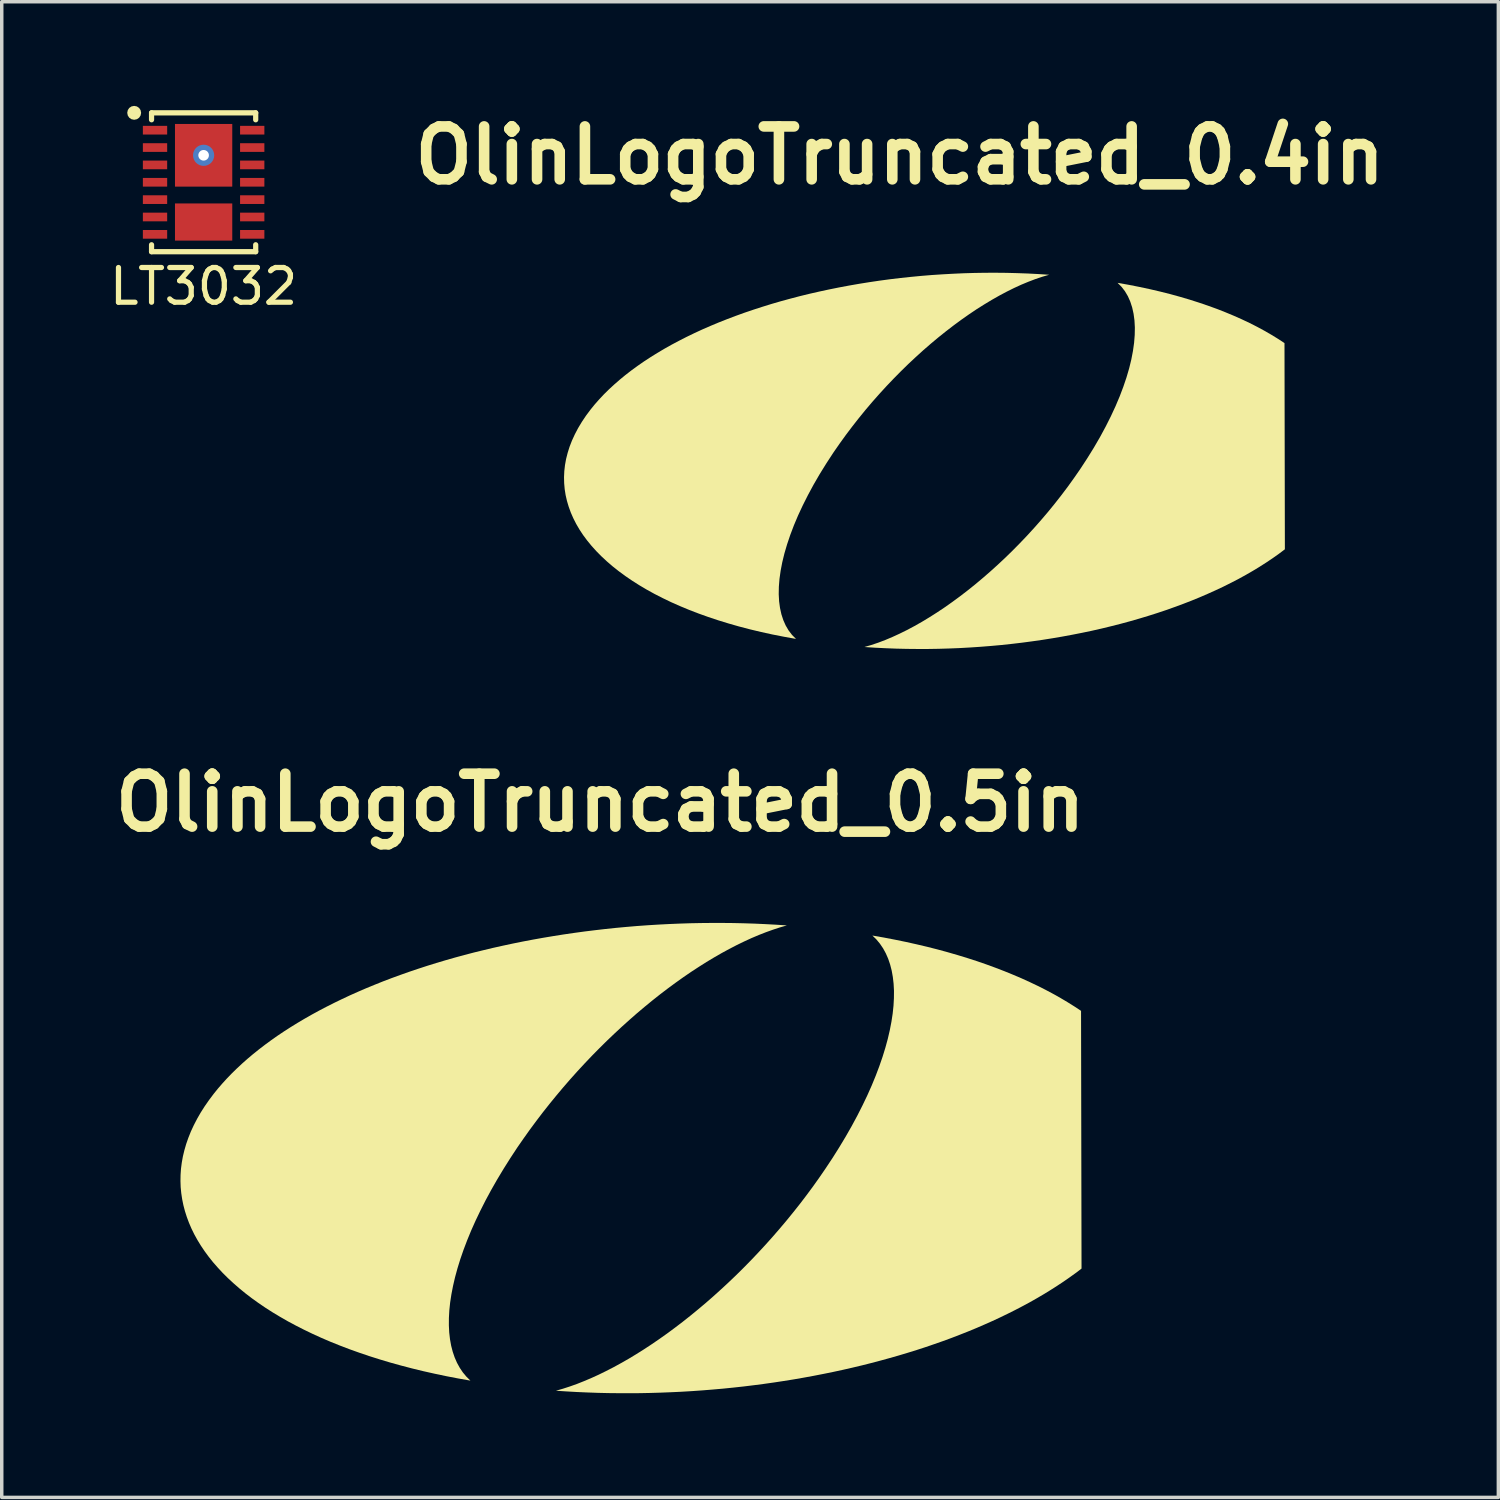
<source format=kicad_pcb>
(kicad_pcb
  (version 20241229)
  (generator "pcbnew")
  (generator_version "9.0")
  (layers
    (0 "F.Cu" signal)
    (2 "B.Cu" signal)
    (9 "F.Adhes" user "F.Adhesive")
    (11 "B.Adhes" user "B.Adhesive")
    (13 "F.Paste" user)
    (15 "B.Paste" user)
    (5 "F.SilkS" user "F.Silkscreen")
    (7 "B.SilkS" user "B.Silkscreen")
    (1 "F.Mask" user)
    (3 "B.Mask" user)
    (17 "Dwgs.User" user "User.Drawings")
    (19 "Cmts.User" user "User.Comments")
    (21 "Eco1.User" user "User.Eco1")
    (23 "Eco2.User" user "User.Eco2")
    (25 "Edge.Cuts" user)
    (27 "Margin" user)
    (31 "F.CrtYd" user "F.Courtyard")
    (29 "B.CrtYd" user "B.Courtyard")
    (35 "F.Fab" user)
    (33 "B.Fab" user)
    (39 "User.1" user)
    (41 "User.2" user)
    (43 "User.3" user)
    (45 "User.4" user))
  (footprint "OlinLogoTruncated_0.4in"
    (layer "F.Cu")
    (at 22.869 10.197)
    (property "Reference" "OlinLogoTruncated_0.4in" (at 0 -8.771 0) (layer "F.SilkS") (effects (font (size 1.524 1.524) (thickness 0.305))))
    (attr smd)
    (fp_poly (pts (xy 11.079 -3.365) (xy 10.894 -3.486) (xy 10.7 -3.605) (xy 10.499 -3.721) (xy 10.29 -3.834) (xy 10.073 -3.944) (xy 9.849 -4.05) (xy 9.617 -4.153) (xy 9.377 -4.253) (xy 9.13 -4.35) (xy 8.876 -4.442) (xy 8.614 -4.531) (xy 8.345 -4.617) (xy 8.07 -4.698) (xy 7.787 -4.776) (xy 7.497 -4.849) (xy 7.201 -4.918) (xy 6.897 -4.983) (xy 6.588 -5.044) (xy 6.271 -5.1) (xy 6.385 -4.986) (xy 6.484 -4.857) (xy 6.568 -4.715) (xy 6.637 -4.559) (xy 6.692 -4.39) (xy 6.732 -4.209) (xy 6.758 -4.016) (xy 6.769 -3.812) (xy 6.765 -3.597) (xy 6.747 -3.372) (xy 6.714 -3.137) (xy 6.667 -2.892) (xy 6.605 -2.638) (xy 6.528 -2.376) (xy 6.437 -2.107) (xy 6.332 -1.83) (xy 6.212 -1.546) (xy 6.077 -1.255) (xy 5.928 -0.959) (xy 5.765 -0.657) (xy 5.587 -0.351) (xy 5.394 -0.04) (xy 5.188 0.275) (xy 5.013 0.527) (xy 4.834 0.776) (xy 4.649 1.021) (xy 4.46 1.262) (xy 4.267 1.499) (xy 4.069 1.731) (xy 3.868 1.959) (xy 3.664 2.182) (xy 3.456 2.4) (xy 3.246 2.613) (xy 3.034 2.82) (xy 2.819 3.021) (xy 2.603 3.216) (xy 2.385 3.405) (xy 2.167 3.588) (xy 1.947 3.764) (xy 1.727 3.933) (xy 1.508 4.094) (xy 1.288 4.249) (xy 1.069 4.395) (xy 0.85 4.534) (xy 0.633 4.665) (xy 0.418 4.787) (xy 0.204 4.901) (xy -0.007 5.005) (xy -0.216 5.101) (xy -0.422 5.188) (xy -0.625 5.265) (xy -0.825 5.332) (xy -1.021 5.389) (xy -0.717 5.409) (xy -0.412 5.424) (xy -0.107 5.436) (xy 0.197 5.443) (xy 0.502 5.446) (xy 0.807 5.446) (xy 1.111 5.441) (xy 1.415 5.432) (xy 1.718 5.42) (xy 2.02 5.403) (xy 2.321 5.383) (xy 2.622 5.359) (xy 2.921 5.332) (xy 3.218 5.3) (xy 3.514 5.265) (xy 3.808 5.226) (xy 4.101 5.184) (xy 4.391 5.138) (xy 4.679 5.089) (xy 4.965 5.036) (xy 5.249 4.98) (xy 5.53 4.921) (xy 5.808 4.858) (xy 6.083 4.791) (xy 6.355 4.722) (xy 6.624 4.649) (xy 6.889 4.573) (xy 7.151 4.494) (xy 7.41 4.412) (xy 7.664 4.327) (xy 7.914 4.238) (xy 8.161 4.147) (xy 8.403 4.053) (xy 8.64 3.956) (xy 8.873 3.855) (xy 9.102 3.752) (xy 9.325 3.647) (xy 9.543 3.538) (xy 9.757 3.427) (xy 9.964 3.313) (xy 10.167 3.196) (xy 10.363 3.077) (xy 10.554 2.955) (xy 10.739 2.831) (xy 10.918 2.704) (xy 11.09 2.575) (xy 11.079 -3.365)) (stroke (width 0) (type solid)) (fill yes) (layer "F.SilkS"))
    (fp_poly (pts (xy 4.301 -5.333) (xy 3.993 -5.353) (xy 3.685 -5.369) (xy 3.376 -5.38) (xy 3.068 -5.388) (xy 2.759 -5.391) (xy 2.451 -5.39) (xy 2.143 -5.385) (xy 1.835 -5.376) (xy 1.529 -5.362) (xy 1.223 -5.345) (xy 0.918 -5.325) (xy 0.614 -5.3) (xy 0.312 -5.271) (xy 0.011 -5.239) (xy -0.289 -5.203) (xy -0.586 -5.163) (xy -0.882 -5.119) (xy -1.175 -5.072) (xy -1.467 -5.021) (xy -1.755 -4.967) (xy -2.042 -4.909) (xy -2.325 -4.848) (xy -2.606 -4.784) (xy -2.884 -4.716) (xy -3.158 -4.644) (xy -3.429 -4.57) (xy -3.697 -4.492) (xy -3.961 -4.41) (xy -4.221 -4.326) (xy -4.477 -4.239) (xy -4.729 -4.148) (xy -4.977 -4.054) (xy -5.22 -3.958) (xy -5.459 -3.858) (xy -5.693 -3.756) (xy -5.922 -3.65) (xy -6.145 -3.542) (xy -6.364 -3.43) (xy -6.577 -3.317) (xy -6.785 -3.2) (xy -6.987 -3.08) (xy -7.183 -2.958) (xy -7.373 -2.834) (xy -7.557 -2.706) (xy -7.734 -2.577) (xy -7.906 -2.444) (xy -8.07 -2.309) (xy -8.227 -2.172) (xy -8.378 -2.033) (xy -8.522 -1.891) (xy -8.658 -1.746) (xy -8.787 -1.6) (xy -8.908 -1.451) (xy -9.041 -1.273) (xy -9.16 -1.095) (xy -9.267 -0.917) (xy -9.361 -0.738) (xy -9.443 -0.56) (xy -9.512 -0.383) (xy -9.568 -0.205) (xy -9.613 -0.029) (xy -9.645 0.147) (xy -9.665 0.323) (xy -9.673 0.497) (xy -9.669 0.67) (xy -9.654 0.843) (xy -9.627 1.014) (xy -9.588 1.183) (xy -9.538 1.351) (xy -9.477 1.518) (xy -9.405 1.682) (xy -9.322 1.845) (xy -9.228 2.006) (xy -9.123 2.165) (xy -9.007 2.321) (xy -8.881 2.475) (xy -8.744 2.627) (xy -8.597 2.776) (xy -8.44 2.922) (xy -8.273 3.066) (xy -8.096 3.206) (xy -7.909 3.344) (xy -7.712 3.478) (xy -7.506 3.609) (xy -7.29 3.737) (xy -7.065 3.861) (xy -6.83 3.981) (xy -6.587 4.098) (xy -6.334 4.21) (xy -6.072 4.319) (xy -5.802 4.423) (xy -5.523 4.523) (xy -5.235 4.619) (xy -4.939 4.71) (xy -4.635 4.797) (xy -4.322 4.879) (xy -4.001 4.956) (xy -3.672 5.028) (xy -3.336 5.094) (xy -2.991 5.156) (xy -3.105 5.042) (xy -3.204 4.913) (xy -3.288 4.77) (xy -3.357 4.615) (xy -3.412 4.446) (xy -3.452 4.265) (xy -3.478 4.072) (xy -3.489 3.868) (xy -3.485 3.653) (xy -3.467 3.427) (xy -3.434 3.192) (xy -3.387 2.948) (xy -3.325 2.694) (xy -3.248 2.432) (xy -3.157 2.162) (xy -3.052 1.885) (xy -2.932 1.601) (xy -2.797 1.311) (xy -2.648 1.015) (xy -2.485 0.713) (xy -2.307 0.406) (xy -2.114 0.095) (xy -1.908 -0.22) (xy -1.733 -0.472) (xy -1.554 -0.72) (xy -1.369 -0.965) (xy -1.18 -1.206) (xy -0.987 -1.443) (xy -0.789 -1.676) (xy -0.588 -1.903) (xy -0.384 -2.126) (xy -0.176 -2.344) (xy 0.034 -2.557) (xy 0.246 -2.764) (xy 0.461 -2.965) (xy 0.677 -3.161) (xy 0.895 -3.35) (xy 1.113 -3.532) (xy 1.333 -3.708) (xy 1.553 -3.877) (xy 1.773 -4.039) (xy 1.992 -4.193) (xy 2.211 -4.34) (xy 2.43 -4.478) (xy 2.647 -4.609) (xy 2.862 -4.731) (xy 3.076 -4.845) (xy 3.287 -4.95) (xy 3.496 -5.046) (xy 3.703 -5.132) (xy 3.905 -5.209) (xy 4.105 -5.276) (xy 4.301 -5.333)) (stroke (width 0) (type solid)) (fill yes) (layer "F.SilkS")))
  (footprint "OlinLogoTruncated_0.5in"
    (layer "F.Cu")
    (at 14.239 30.272)
    (property "Reference" "OlinLogoTruncated_0.5in" (at 0 -10.202 0) (layer "F.SilkS") (effects (font (size 1.524 1.524) (thickness 0.305))))
    (attr smd)
    (fp_poly (pts (xy 13.849 -4.206) (xy 13.658 -4.332) (xy 13.461 -4.455) (xy 13.257 -4.576) (xy 13.046 -4.695) (xy 12.828 -4.811) (xy 12.604 -4.924) (xy 12.373 -5.034) (xy 12.136 -5.142) (xy 11.892 -5.246) (xy 11.642 -5.348) (xy 11.385 -5.447) (xy 11.123 -5.543) (xy 10.854 -5.636) (xy 10.579 -5.725) (xy 10.298 -5.811) (xy 10.011 -5.894) (xy 9.718 -5.974) (xy 9.419 -6.05) (xy 9.114 -6.122) (xy 8.804 -6.191) (xy 8.488 -6.256) (xy 8.166 -6.318) (xy 7.839 -6.375) (xy 7.953 -6.264) (xy 8.056 -6.14) (xy 8.147 -6.006) (xy 8.226 -5.861) (xy 8.294 -5.706) (xy 8.35 -5.54) (xy 8.395 -5.365) (xy 8.428 -5.18) (xy 8.45 -4.986) (xy 8.461 -4.783) (xy 8.459 -4.572) (xy 8.447 -4.352) (xy 8.423 -4.125) (xy 8.387 -3.89) (xy 8.34 -3.647) (xy 8.282 -3.397) (xy 8.212 -3.141) (xy 8.131 -2.879) (xy 8.038 -2.61) (xy 7.934 -2.335) (xy 7.819 -2.055) (xy 7.692 -1.77) (xy 7.553 -1.48) (xy 7.404 -1.186) (xy 7.243 -0.887) (xy 7.07 -0.584) (xy 6.886 -0.278) (xy 6.691 0.032) (xy 6.484 0.344) (xy 6.308 0.6) (xy 6.128 0.853) (xy 5.943 1.103) (xy 5.755 1.35) (xy 5.562 1.593) (xy 5.366 1.834) (xy 5.167 2.07) (xy 4.965 2.303) (xy 4.76 2.532) (xy 4.552 2.757) (xy 4.342 2.978) (xy 4.129 3.195) (xy 3.915 3.407) (xy 3.698 3.614) (xy 3.48 3.816) (xy 3.261 4.014) (xy 3.041 4.206) (xy 2.819 4.393) (xy 2.597 4.575) (xy 2.375 4.751) (xy 2.152 4.921) (xy 1.929 5.086) (xy 1.706 5.244) (xy 1.484 5.396) (xy 1.262 5.542) (xy 1.041 5.681) (xy 0.821 5.814) (xy 0.602 5.939) (xy 0.385 6.058) (xy 0.169 6.169) (xy -0.045 6.274) (xy -0.256 6.37) (xy -0.466 6.459) (xy -0.672 6.541) (xy -0.877 6.614) (xy -1.078 6.679) (xy -1.276 6.736) (xy -0.974 6.756) (xy -0.673 6.773) (xy -0.371 6.786) (xy -0.069 6.797) (xy 0.234 6.804) (xy 0.536 6.807) (xy 0.838 6.808) (xy 1.14 6.806) (xy 1.441 6.8) (xy 1.742 6.791) (xy 2.043 6.779) (xy 2.343 6.765) (xy 2.642 6.747) (xy 2.941 6.726) (xy 3.238 6.702) (xy 3.535 6.676) (xy 3.83 6.646) (xy 4.125 6.614) (xy 4.418 6.578) (xy 4.71 6.54) (xy 5 6.499) (xy 5.289 6.455) (xy 5.576 6.409) (xy 5.862 6.359) (xy 6.145 6.307) (xy 6.427 6.252) (xy 6.707 6.195) (xy 6.984 6.135) (xy 7.26 6.072) (xy 7.533 6.007) (xy 7.803 5.939) (xy 8.072 5.868) (xy 8.337 5.795) (xy 8.6 5.72) (xy 8.86 5.642) (xy 9.118 5.562) (xy 9.372 5.479) (xy 9.623 5.393) (xy 9.872 5.306) (xy 10.117 5.216) (xy 10.358 5.123) (xy 10.596 5.029) (xy 10.831 4.932) (xy 11.062 4.832) (xy 11.289 4.731) (xy 11.513 4.627) (xy 11.732 4.521) (xy 11.948 4.413) (xy 12.159 4.303) (xy 12.367 4.191) (xy 12.57 4.076) (xy 12.768 3.96) (xy 12.962 3.841) (xy 13.152 3.72) (xy 13.337 3.598) (xy 13.517 3.473) (xy 13.693 3.347) (xy 13.863 3.218) (xy 13.849 -4.206)) (stroke (width 0) (type solid)) (fill yes) (layer "F.SilkS"))
    (fp_poly (pts (xy 5.376 -6.667) (xy 5.067 -6.687) (xy 4.758 -6.704) (xy 4.448 -6.718) (xy 4.138 -6.728) (xy 3.829 -6.735) (xy 3.519 -6.738) (xy 3.209 -6.738) (xy 2.9 -6.735) (xy 2.591 -6.729) (xy 2.283 -6.719) (xy 1.975 -6.706) (xy 1.667 -6.69) (xy 1.361 -6.671) (xy 1.055 -6.649) (xy 0.75 -6.623) (xy 0.447 -6.595) (xy 0.144 -6.563) (xy -0.157 -6.528) (xy -0.457 -6.491) (xy -0.755 -6.45) (xy -1.052 -6.407) (xy -1.347 -6.36) (xy -1.641 -6.311) (xy -1.932 -6.259) (xy -2.222 -6.204) (xy -2.509 -6.146) (xy -2.794 -6.085) (xy -3.077 -6.022) (xy -3.358 -5.955) (xy -3.636 -5.887) (xy -3.912 -5.815) (xy -4.184 -5.741) (xy -4.454 -5.664) (xy -4.722 -5.584) (xy -4.986 -5.502) (xy -5.247 -5.417) (xy -5.505 -5.33) (xy -5.759 -5.24) (xy -6.011 -5.148) (xy -6.258 -5.054) (xy -6.502 -4.956) (xy -6.743 -4.857) (xy -6.979 -4.755) (xy -7.212 -4.651) (xy -7.44 -4.544) (xy -7.665 -4.435) (xy -7.885 -4.324) (xy -8.101 -4.211) (xy -8.313 -4.095) (xy -8.52 -3.977) (xy -8.722 -3.857) (xy -8.92 -3.735) (xy -9.113 -3.611) (xy -9.301 -3.485) (xy -9.484 -3.356) (xy -9.661 -3.226) (xy -9.834 -3.093) (xy -10.001 -2.959) (xy -10.163 -2.822) (xy -10.319 -2.684) (xy -10.47 -2.543) (xy -10.615 -2.401) (xy -10.754 -2.257) (xy -10.887 -2.111) (xy -11.014 -1.964) (xy -11.135 -1.814) (xy -11.27 -1.634) (xy -11.396 -1.453) (xy -11.51 -1.273) (xy -11.614 -1.092) (xy -11.707 -0.912) (xy -11.791 -0.731) (xy -11.863 -0.551) (xy -11.926 -0.371) (xy -11.978 -0.192) (xy -12.021 -0.013) (xy -12.053 0.165) (xy -12.076 0.343) (xy -12.088 0.52) (xy -12.091 0.696) (xy -12.085 0.872) (xy -12.068 1.046) (xy -12.042 1.219) (xy -12.007 1.391) (xy -11.962 1.563) (xy -11.908 1.732) (xy -11.845 1.901) (xy -11.773 2.068) (xy -11.692 2.233) (xy -11.601 2.397) (xy -11.502 2.559) (xy -11.394 2.719) (xy -11.277 2.878) (xy -11.152 3.035) (xy -11.017 3.189) (xy -10.875 3.342) (xy -10.724 3.492) (xy -10.564 3.64) (xy -10.397 3.786) (xy -10.221 3.93) (xy -10.037 4.071) (xy -9.845 4.209) (xy -9.645 4.345) (xy -9.437 4.478) (xy -9.221 4.608) (xy -8.998 4.736) (xy -8.766 4.86) (xy -8.528 4.981) (xy -8.281 5.1) (xy -8.028 5.215) (xy -7.767 5.327) (xy -7.498 5.435) (xy -7.223 5.54) (xy -6.94 5.641) (xy -6.651 5.739) (xy -6.354 5.833) (xy -6.05 5.924) (xy -5.74 6.01) (xy -5.423 6.093) (xy -5.099 6.172) (xy -4.769 6.246) (xy -4.432 6.317) (xy -4.089 6.383) (xy -3.739 6.445) (xy -3.853 6.333) (xy -3.956 6.21) (xy -4.046 6.076) (xy -4.126 5.931) (xy -4.194 5.775) (xy -4.25 5.61) (xy -4.295 5.435) (xy -4.328 5.25) (xy -4.35 5.056) (xy -4.36 4.853) (xy -4.359 4.642) (xy -4.347 4.422) (xy -4.323 4.194) (xy -4.287 3.959) (xy -4.24 3.717) (xy -4.182 3.467) (xy -4.112 3.211) (xy -4.031 2.948) (xy -3.938 2.679) (xy -3.834 2.405) (xy -3.719 2.125) (xy -3.592 1.84) (xy -3.453 1.55) (xy -3.304 1.255) (xy -3.143 0.957) (xy -2.97 0.654) (xy -2.786 0.348) (xy -2.591 0.038) (xy -2.385 -0.275) (xy -2.208 -0.53) (xy -2.028 -0.783) (xy -1.843 -1.033) (xy -1.655 -1.28) (xy -1.462 -1.524) (xy -1.266 -1.764) (xy -1.067 -2.001) (xy -0.865 -2.234) (xy -0.66 -2.463) (xy -0.452 -2.688) (xy -0.242 -2.909) (xy -0.029 -3.125) (xy 0.185 -3.337) (xy 0.402 -3.544) (xy 0.62 -3.747) (xy 0.839 -3.944) (xy 1.059 -4.137) (xy 1.281 -4.324) (xy 1.503 -4.506) (xy 1.725 -4.682) (xy 1.948 -4.852) (xy 2.171 -5.016) (xy 2.394 -5.175) (xy 2.616 -5.327) (xy 2.838 -5.472) (xy 3.059 -5.612) (xy 3.279 -5.744) (xy 3.498 -5.87) (xy 3.715 -5.988) (xy 3.931 -6.1) (xy 4.145 -6.204) (xy 4.356 -6.301) (xy 4.566 -6.39) (xy 4.773 -6.471) (xy 4.977 -6.544) (xy 5.178 -6.61) (xy 5.376 -6.667)) (stroke (width 0) (type solid)) (fill yes) (layer "F.SilkS")))
  (footprint "LT3032"
    (layer "F.Cu")
    (at 2.815 2.2)
    (property "Reference" "LT3032" (at 0 3 0) (layer "F.SilkS") (effects (font (size 1 1) (thickness 0.15))))
    (attr smd)
    (fp_line (start -1.5 -2) (end -1.5 -1.8) (stroke (width 0.15) (type solid)) (layer "F.SilkS"))
    (fp_line (start -1.5 -2) (end 1.5 -2) (stroke (width 0.15) (type solid)) (layer "F.SilkS"))
    (fp_line (start -1.5 2) (end -1.5 1.8) (stroke (width 0.15) (type solid)) (layer "F.SilkS"))
    (fp_line (start -1.5 2) (end 1.5 2) (stroke (width 0.15) (type solid)) (layer "F.SilkS"))
    (fp_line (start 1.5 -2) (end 1.5 -1.8) (stroke (width 0.15) (type solid)) (layer "F.SilkS"))
    (fp_line (start 1.5 2) (end 1.5 1.8) (stroke (width 0.15) (type solid)) (layer "F.SilkS"))
    (fp_circle (center -2 -2) (end -2 -1.9) (stroke (width 0.2) (type solid)) (fill no) (layer "F.SilkS"))
    (pad "1" smd rect (at -1.4 -1.5) (size 0.7 0.25) (layers "F.Cu" "F.Mask" "F.Paste"))
    (pad "2" smd rect (at -1.4 -1) (size 0.7 0.25) (layers "F.Cu" "F.Mask" "F.Paste"))
    (pad "3" smd rect (at -1.4 -0.5) (size 0.7 0.25) (layers "F.Cu" "F.Mask" "F.Paste"))
    (pad "4" smd rect (at -1.4 0) (size 0.7 0.25) (layers "F.Cu" "F.Mask" "F.Paste"))
    (pad "5" smd rect (at -1.4 0.5) (size 0.7 0.25) (layers "F.Cu" "F.Mask" "F.Paste"))
    (pad "6" smd rect (at -1.4 1) (size 0.7 0.25) (layers "F.Cu" "F.Mask" "F.Paste"))
    (pad "7" smd rect (at -1.4 1.5) (size 0.7 0.25) (layers "F.Cu" "F.Mask" "F.Paste"))
    (pad "8" smd rect (at 1.4 1.5) (size 0.7 0.25) (layers "F.Cu" "F.Mask" "F.Paste"))
    (pad "9" smd rect (at 1.4 1) (size 0.7 0.25) (layers "F.Cu" "F.Mask" "F.Paste"))
    (pad "10" smd rect (at 1.4 0.5) (size 0.7 0.25) (layers "F.Cu" "F.Mask" "F.Paste"))
    (pad "11" smd rect (at 1.4 0) (size 0.7 0.25) (layers "F.Cu" "F.Mask" "F.Paste"))
    (pad "12" smd rect (at 1.4 -0.5) (size 0.7 0.25) (layers "F.Cu" "F.Mask" "F.Paste"))
    (pad "13" smd rect (at 1.4 -1) (size 0.7 0.25) (layers "F.Cu" "F.Mask" "F.Paste"))
    (pad "14" smd rect (at 1.4 -1.5) (size 0.7 0.25) (layers "F.Cu" "F.Mask" "F.Paste"))
    (pad "15" thru_hole circle (at 0 -0.777) (size 0.61 0.61) (drill 0.305) (layers "*.Cu" "*.Mask"))
    (pad "15" smd rect (at 0 -0.777) (size 1.65 1.805) (layers "F.Cu" "F.Mask" "F.Paste"))
    (pad "16" smd rect (at 0 1.145) (size 1.65 1.07) (layers "F.Cu" "F.Mask" "F.Paste")))
  (gr_rect
    (start -3 -3)
    (end 40.108 40.08)
    (stroke (width 0.1) (type default))
    (fill no)
    (layer "Edge.Cuts")))
</source>
